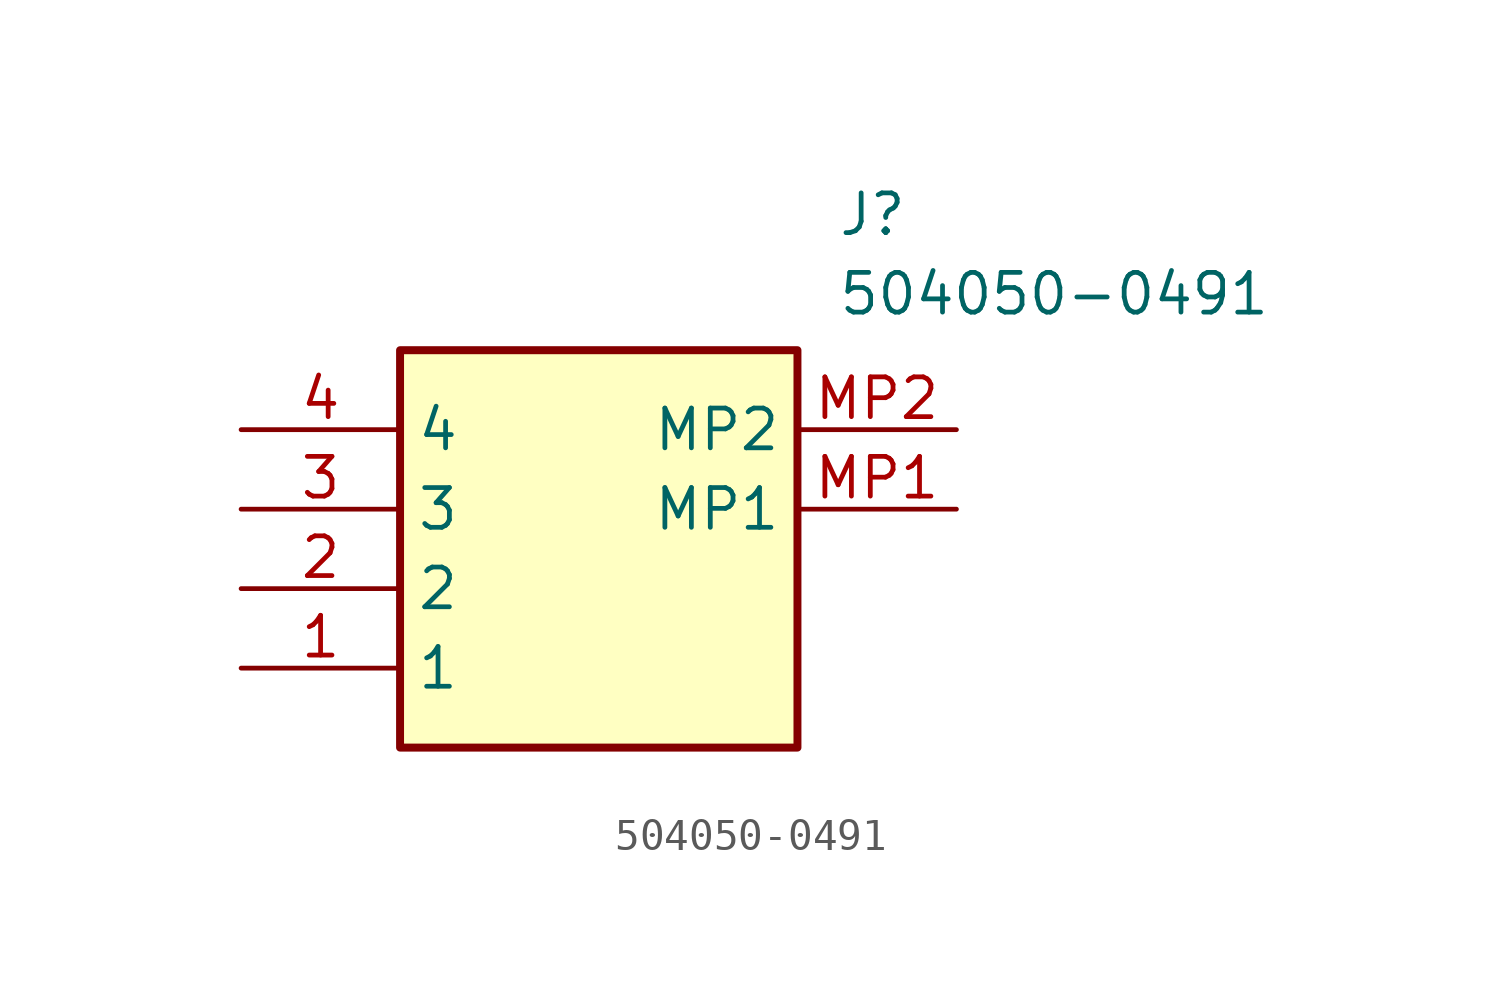
<source format=kicad_sym>
(kicad_symbol_lib
  (version 20211014)
  (generator SamacSys_ECAD_Model)
  (symbol "504050-0491"
    (property "Reference" "J"
      (at 19.05 7.62 0)
      (effects (font (size 1.27 1.27)) (justify left top)))
    (property "Value" "504050-0491"
      (at 19.05 5.08 0)
      (effects (font (size 1.27 1.27)) (justify left top)))
    (rectangle
      (start 5.08 2.54)
      (end 17.78 -10.16)
      (stroke (width 0.254) (type default))
      (fill (type background)))
    (pin passive line
      (at 0 -7.62 0)
      (length 5.08)
      (name "1" (effects (font (size 1.27 1.27))))
      (number "1" (effects (font (size 1.27 1.27)))))
    (pin passive line
      (at 0 -5.08 0)
      (length 5.08)
      (name "2" (effects (font (size 1.27 1.27))))
      (number "2" (effects (font (size 1.27 1.27)))))
    (pin passive line
      (at 0 -2.54 0)
      (length 5.08)
      (name "3" (effects (font (size 1.27 1.27))))
      (number "3" (effects (font (size 1.27 1.27)))))
    (pin passive line
      (at 0 0 0)
      (length 5.08)
      (name "4" (effects (font (size 1.27 1.27))))
      (number "4" (effects (font (size 1.27 1.27)))))
    (pin passive line
      (at 22.86 -2.54 180)
      (length 5.08)
      (name "MP1" (effects (font (size 1.27 1.27))))
      (number "MP1" (effects (font (size 1.27 1.27)))))
    (pin passive line
      (at 22.86 0 180)
      (length 5.08)
      (name "MP2" (effects (font (size 1.27 1.27))))
      (number "MP2" (effects (font (size 1.27 1.27)))))))
</source>
